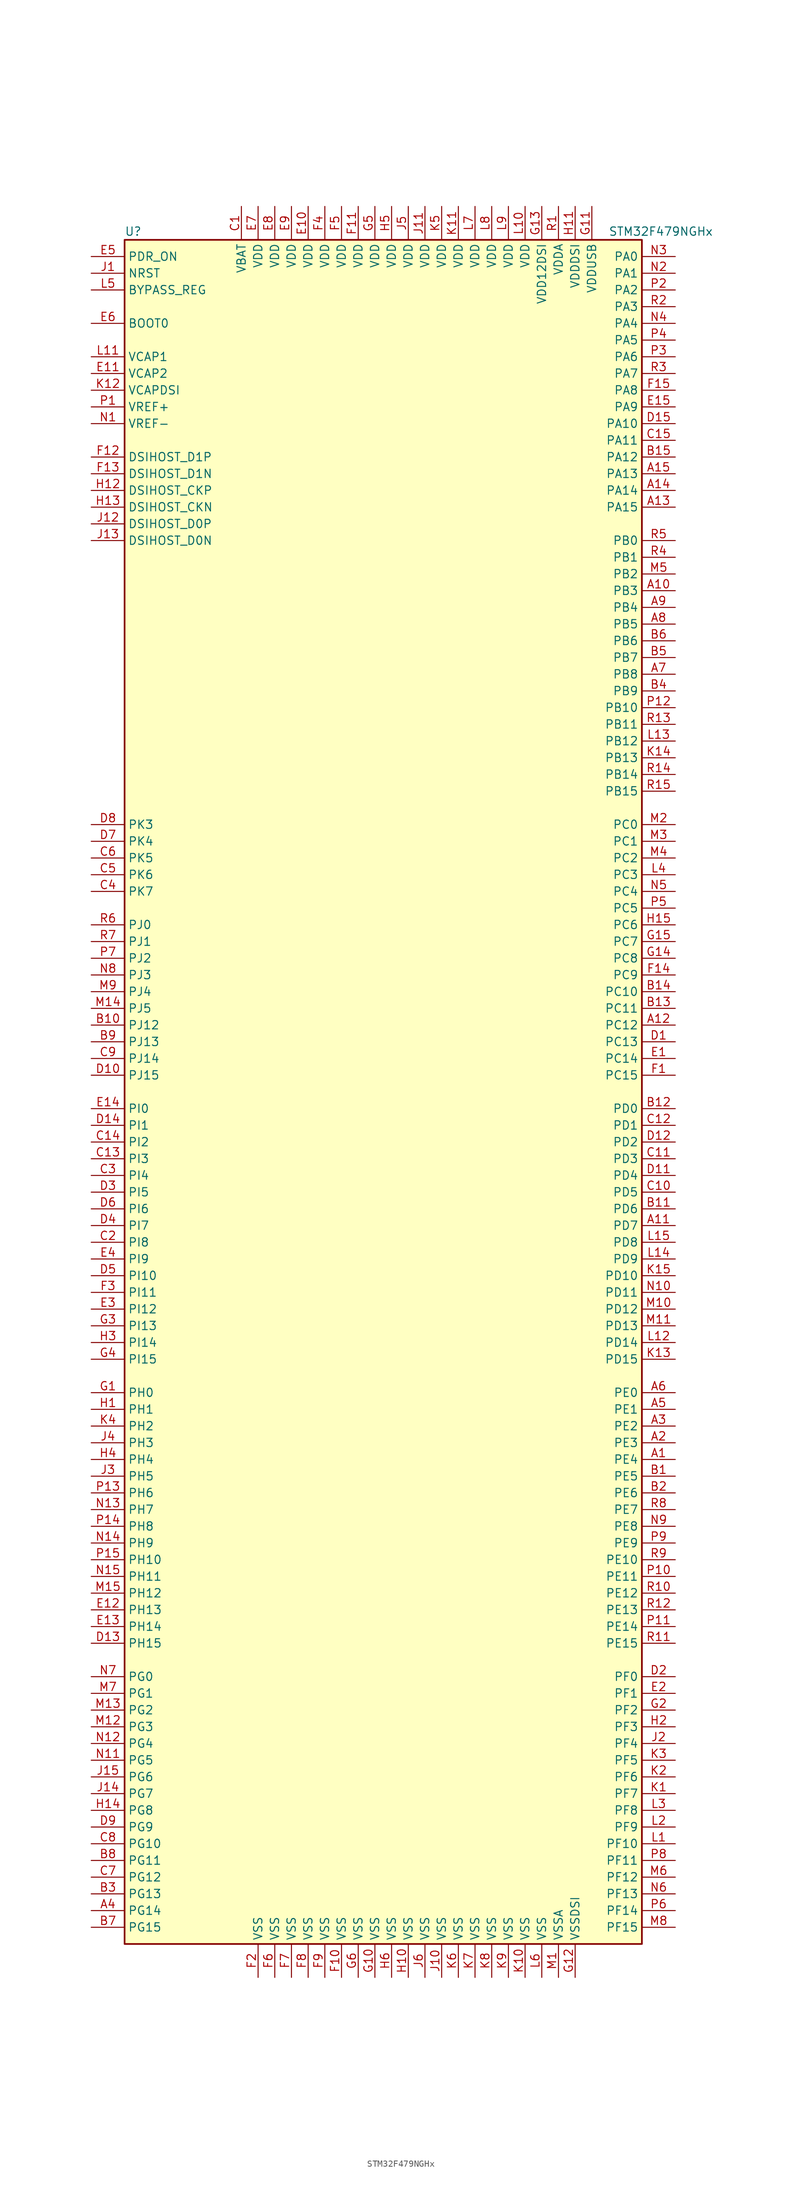
<source format=kicad_sym>
(kicad_symbol_lib
  (version 20211014)
  (generator kicad_symbol_editor)
  (symbol "STM32F479NGHx"
    (property "Reference" "U"
      (at -40.64 130.81 0)
      (effects (font (size 1.27 1.27)) (justify left)))
    (property "Value" "STM32F479NGHx"
      (at 33.02 130.81 0)
      (effects (font (size 1.27 1.27)) (justify left)))
    (symbol "STM32F479NGHx_0_1"
      (rectangle (start -40.64 -129.54) (end 38.1 129.54) (stroke (width 0.254) (type default) (color 0 0 0 0)) (fill (type background))))
    (symbol "STM32F479NGHx_1_1"
      (pin bidirectional line (at 43.18 -55.88 180) (length 5.08) (name "PE4" (effects (font (size 1.27 1.27)))) (number "A1" (effects (font (size 1.27 1.27)))))
      (pin bidirectional line (at 43.18 76.2 180) (length 5.08) (name "PB3" (effects (font (size 1.27 1.27)))) (number "A10" (effects (font (size 1.27 1.27)))))
      (pin bidirectional line (at 43.18 -20.32 180) (length 5.08) (name "PD7" (effects (font (size 1.27 1.27)))) (number "A11" (effects (font (size 1.27 1.27)))))
      (pin bidirectional line (at 43.18 10.16 180) (length 5.08) (name "PC12" (effects (font (size 1.27 1.27)))) (number "A12" (effects (font (size 1.27 1.27)))))
      (pin bidirectional line (at 43.18 88.9 180) (length 5.08) (name "PA15" (effects (font (size 1.27 1.27)))) (number "A13" (effects (font (size 1.27 1.27)))))
      (pin bidirectional line (at 43.18 91.44 180) (length 5.08) (name "PA14" (effects (font (size 1.27 1.27)))) (number "A14" (effects (font (size 1.27 1.27)))))
      (pin bidirectional line (at 43.18 93.98 180) (length 5.08) (name "PA13" (effects (font (size 1.27 1.27)))) (number "A15" (effects (font (size 1.27 1.27)))))
      (pin bidirectional line (at 43.18 -53.34 180) (length 5.08) (name "PE3" (effects (font (size 1.27 1.27)))) (number "A2" (effects (font (size 1.27 1.27)))))
      (pin bidirectional line (at 43.18 -50.8 180) (length 5.08) (name "PE2" (effects (font (size 1.27 1.27)))) (number "A3" (effects (font (size 1.27 1.27)))))
      (pin bidirectional line (at -45.72 -124.46 0) (length 5.08) (name "PG14" (effects (font (size 1.27 1.27)))) (number "A4" (effects (font (size 1.27 1.27)))))
      (pin bidirectional line (at 43.18 -48.26 180) (length 5.08) (name "PE1" (effects (font (size 1.27 1.27)))) (number "A5" (effects (font (size 1.27 1.27)))))
      (pin bidirectional line (at 43.18 -45.72 180) (length 5.08) (name "PE0" (effects (font (size 1.27 1.27)))) (number "A6" (effects (font (size 1.27 1.27)))))
      (pin bidirectional line (at 43.18 63.5 180) (length 5.08) (name "PB8" (effects (font (size 1.27 1.27)))) (number "A7" (effects (font (size 1.27 1.27)))))
      (pin bidirectional line (at 43.18 71.12 180) (length 5.08) (name "PB5" (effects (font (size 1.27 1.27)))) (number "A8" (effects (font (size 1.27 1.27)))))
      (pin bidirectional line (at 43.18 73.66 180) (length 5.08) (name "PB4" (effects (font (size 1.27 1.27)))) (number "A9" (effects (font (size 1.27 1.27)))))
      (pin bidirectional line (at 43.18 -58.42 180) (length 5.08) (name "PE5" (effects (font (size 1.27 1.27)))) (number "B1" (effects (font (size 1.27 1.27)))))
      (pin bidirectional line (at -45.72 10.16 0) (length 5.08) (name "PJ12" (effects (font (size 1.27 1.27)))) (number "B10" (effects (font (size 1.27 1.27)))))
      (pin bidirectional line (at 43.18 -17.78 180) (length 5.08) (name "PD6" (effects (font (size 1.27 1.27)))) (number "B11" (effects (font (size 1.27 1.27)))))
      (pin bidirectional line (at 43.18 -2.54 180) (length 5.08) (name "PD0" (effects (font (size 1.27 1.27)))) (number "B12" (effects (font (size 1.27 1.27)))))
      (pin bidirectional line (at 43.18 12.7 180) (length 5.08) (name "PC11" (effects (font (size 1.27 1.27)))) (number "B13" (effects (font (size 1.27 1.27)))))
      (pin bidirectional line (at 43.18 15.24 180) (length 5.08) (name "PC10" (effects (font (size 1.27 1.27)))) (number "B14" (effects (font (size 1.27 1.27)))))
      (pin bidirectional line (at 43.18 96.52 180) (length 5.08) (name "PA12" (effects (font (size 1.27 1.27)))) (number "B15" (effects (font (size 1.27 1.27)))))
      (pin bidirectional line (at 43.18 -60.96 180) (length 5.08) (name "PE6" (effects (font (size 1.27 1.27)))) (number "B2" (effects (font (size 1.27 1.27)))))
      (pin bidirectional line (at -45.72 -121.92 0) (length 5.08) (name "PG13" (effects (font (size 1.27 1.27)))) (number "B3" (effects (font (size 1.27 1.27)))))
      (pin bidirectional line (at 43.18 60.96 180) (length 5.08) (name "PB9" (effects (font (size 1.27 1.27)))) (number "B4" (effects (font (size 1.27 1.27)))))
      (pin bidirectional line (at 43.18 66.04 180) (length 5.08) (name "PB7" (effects (font (size 1.27 1.27)))) (number "B5" (effects (font (size 1.27 1.27)))))
      (pin bidirectional line (at 43.18 68.58 180) (length 5.08) (name "PB6" (effects (font (size 1.27 1.27)))) (number "B6" (effects (font (size 1.27 1.27)))))
      (pin bidirectional line (at -45.72 -127 0) (length 5.08) (name "PG15" (effects (font (size 1.27 1.27)))) (number "B7" (effects (font (size 1.27 1.27)))))
      (pin bidirectional line (at -45.72 -116.84 0) (length 5.08) (name "PG11" (effects (font (size 1.27 1.27)))) (number "B8" (effects (font (size 1.27 1.27)))))
      (pin bidirectional line (at -45.72 7.62 0) (length 5.08) (name "PJ13" (effects (font (size 1.27 1.27)))) (number "B9" (effects (font (size 1.27 1.27)))))
      (pin power_in line (at -22.86 134.62 270) (length 5.08) (name "VBAT" (effects (font (size 1.27 1.27)))) (number "C1" (effects (font (size 1.27 1.27)))))
      (pin bidirectional line (at 43.18 -15.24 180) (length 5.08) (name "PD5" (effects (font (size 1.27 1.27)))) (number "C10" (effects (font (size 1.27 1.27)))))
      (pin bidirectional line (at 43.18 -10.16 180) (length 5.08) (name "PD3" (effects (font (size 1.27 1.27)))) (number "C11" (effects (font (size 1.27 1.27)))))
      (pin bidirectional line (at 43.18 -5.08 180) (length 5.08) (name "PD1" (effects (font (size 1.27 1.27)))) (number "C12" (effects (font (size 1.27 1.27)))))
      (pin bidirectional line (at -45.72 -10.16 0) (length 5.08) (name "PI3" (effects (font (size 1.27 1.27)))) (number "C13" (effects (font (size 1.27 1.27)))))
      (pin bidirectional line (at -45.72 -7.62 0) (length 5.08) (name "PI2" (effects (font (size 1.27 1.27)))) (number "C14" (effects (font (size 1.27 1.27)))))
      (pin bidirectional line (at 43.18 99.06 180) (length 5.08) (name "PA11" (effects (font (size 1.27 1.27)))) (number "C15" (effects (font (size 1.27 1.27)))))
      (pin bidirectional line (at -45.72 -22.86 0) (length 5.08) (name "PI8" (effects (font (size 1.27 1.27)))) (number "C2" (effects (font (size 1.27 1.27)))))
      (pin bidirectional line (at -45.72 -12.7 0) (length 5.08) (name "PI4" (effects (font (size 1.27 1.27)))) (number "C3" (effects (font (size 1.27 1.27)))))
      (pin bidirectional line (at -45.72 30.48 0) (length 5.08) (name "PK7" (effects (font (size 1.27 1.27)))) (number "C4" (effects (font (size 1.27 1.27)))))
      (pin bidirectional line (at -45.72 33.02 0) (length 5.08) (name "PK6" (effects (font (size 1.27 1.27)))) (number "C5" (effects (font (size 1.27 1.27)))))
      (pin bidirectional line (at -45.72 35.56 0) (length 5.08) (name "PK5" (effects (font (size 1.27 1.27)))) (number "C6" (effects (font (size 1.27 1.27)))))
      (pin bidirectional line (at -45.72 -119.38 0) (length 5.08) (name "PG12" (effects (font (size 1.27 1.27)))) (number "C7" (effects (font (size 1.27 1.27)))))
      (pin bidirectional line (at -45.72 -114.3 0) (length 5.08) (name "PG10" (effects (font (size 1.27 1.27)))) (number "C8" (effects (font (size 1.27 1.27)))))
      (pin bidirectional line (at -45.72 5.08 0) (length 5.08) (name "PJ14" (effects (font (size 1.27 1.27)))) (number "C9" (effects (font (size 1.27 1.27)))))
      (pin bidirectional line (at 43.18 7.62 180) (length 5.08) (name "PC13" (effects (font (size 1.27 1.27)))) (number "D1" (effects (font (size 1.27 1.27)))))
      (pin bidirectional line (at -45.72 2.54 0) (length 5.08) (name "PJ15" (effects (font (size 1.27 1.27)))) (number "D10" (effects (font (size 1.27 1.27)))))
      (pin bidirectional line (at 43.18 -12.7 180) (length 5.08) (name "PD4" (effects (font (size 1.27 1.27)))) (number "D11" (effects (font (size 1.27 1.27)))))
      (pin bidirectional line (at 43.18 -7.62 180) (length 5.08) (name "PD2" (effects (font (size 1.27 1.27)))) (number "D12" (effects (font (size 1.27 1.27)))))
      (pin bidirectional line (at -45.72 -83.82 0) (length 5.08) (name "PH15" (effects (font (size 1.27 1.27)))) (number "D13" (effects (font (size 1.27 1.27)))))
      (pin bidirectional line (at -45.72 -5.08 0) (length 5.08) (name "PI1" (effects (font (size 1.27 1.27)))) (number "D14" (effects (font (size 1.27 1.27)))))
      (pin bidirectional line (at 43.18 101.6 180) (length 5.08) (name "PA10" (effects (font (size 1.27 1.27)))) (number "D15" (effects (font (size 1.27 1.27)))))
      (pin bidirectional line (at 43.18 -88.9 180) (length 5.08) (name "PF0" (effects (font (size 1.27 1.27)))) (number "D2" (effects (font (size 1.27 1.27)))))
      (pin bidirectional line (at -45.72 -15.24 0) (length 5.08) (name "PI5" (effects (font (size 1.27 1.27)))) (number "D3" (effects (font (size 1.27 1.27)))))
      (pin bidirectional line (at -45.72 -20.32 0) (length 5.08) (name "PI7" (effects (font (size 1.27 1.27)))) (number "D4" (effects (font (size 1.27 1.27)))))
      (pin bidirectional line (at -45.72 -27.94 0) (length 5.08) (name "PI10" (effects (font (size 1.27 1.27)))) (number "D5" (effects (font (size 1.27 1.27)))))
      (pin bidirectional line (at -45.72 -17.78 0) (length 5.08) (name "PI6" (effects (font (size 1.27 1.27)))) (number "D6" (effects (font (size 1.27 1.27)))))
      (pin bidirectional line (at -45.72 38.1 0) (length 5.08) (name "PK4" (effects (font (size 1.27 1.27)))) (number "D7" (effects (font (size 1.27 1.27)))))
      (pin bidirectional line (at -45.72 40.64 0) (length 5.08) (name "PK3" (effects (font (size 1.27 1.27)))) (number "D8" (effects (font (size 1.27 1.27)))))
      (pin bidirectional line (at -45.72 -111.76 0) (length 5.08) (name "PG9" (effects (font (size 1.27 1.27)))) (number "D9" (effects (font (size 1.27 1.27)))))
      (pin bidirectional line (at 43.18 5.08 180) (length 5.08) (name "PC14" (effects (font (size 1.27 1.27)))) (number "E1" (effects (font (size 1.27 1.27)))))
      (pin power_in line (at -12.7 134.62 270) (length 5.08) (name "VDD" (effects (font (size 1.27 1.27)))) (number "E10" (effects (font (size 1.27 1.27)))))
      (pin power_in line (at -45.72 109.22 0) (length 5.08) (name "VCAP2" (effects (font (size 1.27 1.27)))) (number "E11" (effects (font (size 1.27 1.27)))))
      (pin bidirectional line (at -45.72 -78.74 0) (length 5.08) (name "PH13" (effects (font (size 1.27 1.27)))) (number "E12" (effects (font (size 1.27 1.27)))))
      (pin bidirectional line (at -45.72 -81.28 0) (length 5.08) (name "PH14" (effects (font (size 1.27 1.27)))) (number "E13" (effects (font (size 1.27 1.27)))))
      (pin bidirectional line (at -45.72 -2.54 0) (length 5.08) (name "PI0" (effects (font (size 1.27 1.27)))) (number "E14" (effects (font (size 1.27 1.27)))))
      (pin bidirectional line (at 43.18 104.14 180) (length 5.08) (name "PA9" (effects (font (size 1.27 1.27)))) (number "E15" (effects (font (size 1.27 1.27)))))
      (pin bidirectional line (at 43.18 -91.44 180) (length 5.08) (name "PF1" (effects (font (size 1.27 1.27)))) (number "E2" (effects (font (size 1.27 1.27)))))
      (pin bidirectional line (at -45.72 -33.02 0) (length 5.08) (name "PI12" (effects (font (size 1.27 1.27)))) (number "E3" (effects (font (size 1.27 1.27)))))
      (pin bidirectional line (at -45.72 -25.4 0) (length 5.08) (name "PI9" (effects (font (size 1.27 1.27)))) (number "E4" (effects (font (size 1.27 1.27)))))
      (pin input line (at -45.72 127 0) (length 5.08) (name "PDR_ON" (effects (font (size 1.27 1.27)))) (number "E5" (effects (font (size 1.27 1.27)))))
      (pin input line (at -45.72 116.84 0) (length 5.08) (name "BOOT0" (effects (font (size 1.27 1.27)))) (number "E6" (effects (font (size 1.27 1.27)))))
      (pin power_in line (at -20.32 134.62 270) (length 5.08) (name "VDD" (effects (font (size 1.27 1.27)))) (number "E7" (effects (font (size 1.27 1.27)))))
      (pin power_in line (at -17.78 134.62 270) (length 5.08) (name "VDD" (effects (font (size 1.27 1.27)))) (number "E8" (effects (font (size 1.27 1.27)))))
      (pin power_in line (at -15.24 134.62 270) (length 5.08) (name "VDD" (effects (font (size 1.27 1.27)))) (number "E9" (effects (font (size 1.27 1.27)))))
      (pin bidirectional line (at 43.18 2.54 180) (length 5.08) (name "PC15" (effects (font (size 1.27 1.27)))) (number "F1" (effects (font (size 1.27 1.27)))))
      (pin power_in line (at -7.62 -134.62 90) (length 5.08) (name "VSS" (effects (font (size 1.27 1.27)))) (number "F10" (effects (font (size 1.27 1.27)))))
      (pin power_in line (at -5.08 134.62 270) (length 5.08) (name "VDD" (effects (font (size 1.27 1.27)))) (number "F11" (effects (font (size 1.27 1.27)))))
      (pin bidirectional line (at -45.72 96.52 0) (length 5.08) (name "DSIHOST_D1P" (effects (font (size 1.27 1.27)))) (number "F12" (effects (font (size 1.27 1.27)))))
      (pin bidirectional line (at -45.72 93.98 0) (length 5.08) (name "DSIHOST_D1N" (effects (font (size 1.27 1.27)))) (number "F13" (effects (font (size 1.27 1.27)))))
      (pin bidirectional line (at 43.18 17.78 180) (length 5.08) (name "PC9" (effects (font (size 1.27 1.27)))) (number "F14" (effects (font (size 1.27 1.27)))))
      (pin bidirectional line (at 43.18 106.68 180) (length 5.08) (name "PA8" (effects (font (size 1.27 1.27)))) (number "F15" (effects (font (size 1.27 1.27)))))
      (pin power_in line (at -20.32 -134.62 90) (length 5.08) (name "VSS" (effects (font (size 1.27 1.27)))) (number "F2" (effects (font (size 1.27 1.27)))))
      (pin bidirectional line (at -45.72 -30.48 0) (length 5.08) (name "PI11" (effects (font (size 1.27 1.27)))) (number "F3" (effects (font (size 1.27 1.27)))))
      (pin power_in line (at -10.16 134.62 270) (length 5.08) (name "VDD" (effects (font (size 1.27 1.27)))) (number "F4" (effects (font (size 1.27 1.27)))))
      (pin power_in line (at -7.62 134.62 270) (length 5.08) (name "VDD" (effects (font (size 1.27 1.27)))) (number "F5" (effects (font (size 1.27 1.27)))))
      (pin power_in line (at -17.78 -134.62 90) (length 5.08) (name "VSS" (effects (font (size 1.27 1.27)))) (number "F6" (effects (font (size 1.27 1.27)))))
      (pin power_in line (at -15.24 -134.62 90) (length 5.08) (name "VSS" (effects (font (size 1.27 1.27)))) (number "F7" (effects (font (size 1.27 1.27)))))
      (pin power_in line (at -12.7 -134.62 90) (length 5.08) (name "VSS" (effects (font (size 1.27 1.27)))) (number "F8" (effects (font (size 1.27 1.27)))))
      (pin power_in line (at -10.16 -134.62 90) (length 5.08) (name "VSS" (effects (font (size 1.27 1.27)))) (number "F9" (effects (font (size 1.27 1.27)))))
      (pin input line (at -45.72 -45.72 0) (length 5.08) (name "PH0" (effects (font (size 1.27 1.27)))) (number "G1" (effects (font (size 1.27 1.27)))))
      (pin power_in line (at -2.54 -134.62 90) (length 5.08) (name "VSS" (effects (font (size 1.27 1.27)))) (number "G10" (effects (font (size 1.27 1.27)))))
      (pin power_in line (at 30.48 134.62 270) (length 5.08) (name "VDDUSB" (effects (font (size 1.27 1.27)))) (number "G11" (effects (font (size 1.27 1.27)))))
      (pin power_in line (at 27.94 -134.62 90) (length 5.08) (name "VSSDSI" (effects (font (size 1.27 1.27)))) (number "G12" (effects (font (size 1.27 1.27)))))
      (pin power_in line (at 22.86 134.62 270) (length 5.08) (name "VDD12DSI" (effects (font (size 1.27 1.27)))) (number "G13" (effects (font (size 1.27 1.27)))))
      (pin bidirectional line (at 43.18 20.32 180) (length 5.08) (name "PC8" (effects (font (size 1.27 1.27)))) (number "G14" (effects (font (size 1.27 1.27)))))
      (pin bidirectional line (at 43.18 22.86 180) (length 5.08) (name "PC7" (effects (font (size 1.27 1.27)))) (number "G15" (effects (font (size 1.27 1.27)))))
      (pin bidirectional line (at 43.18 -93.98 180) (length 5.08) (name "PF2" (effects (font (size 1.27 1.27)))) (number "G2" (effects (font (size 1.27 1.27)))))
      (pin bidirectional line (at -45.72 -35.56 0) (length 5.08) (name "PI13" (effects (font (size 1.27 1.27)))) (number "G3" (effects (font (size 1.27 1.27)))))
      (pin bidirectional line (at -45.72 -40.64 0) (length 5.08) (name "PI15" (effects (font (size 1.27 1.27)))) (number "G4" (effects (font (size 1.27 1.27)))))
      (pin power_in line (at -2.54 134.62 270) (length 5.08) (name "VDD" (effects (font (size 1.27 1.27)))) (number "G5" (effects (font (size 1.27 1.27)))))
      (pin power_in line (at -5.08 -134.62 90) (length 5.08) (name "VSS" (effects (font (size 1.27 1.27)))) (number "G6" (effects (font (size 1.27 1.27)))))
      (pin input line (at -45.72 -48.26 0) (length 5.08) (name "PH1" (effects (font (size 1.27 1.27)))) (number "H1" (effects (font (size 1.27 1.27)))))
      (pin power_in line (at 2.54 -134.62 90) (length 5.08) (name "VSS" (effects (font (size 1.27 1.27)))) (number "H10" (effects (font (size 1.27 1.27)))))
      (pin power_in line (at 27.94 134.62 270) (length 5.08) (name "VDDDSI" (effects (font (size 1.27 1.27)))) (number "H11" (effects (font (size 1.27 1.27)))))
      (pin bidirectional line (at -45.72 91.44 0) (length 5.08) (name "DSIHOST_CKP" (effects (font (size 1.27 1.27)))) (number "H12" (effects (font (size 1.27 1.27)))))
      (pin bidirectional line (at -45.72 88.9 0) (length 5.08) (name "DSIHOST_CKN" (effects (font (size 1.27 1.27)))) (number "H13" (effects (font (size 1.27 1.27)))))
      (pin bidirectional line (at -45.72 -109.22 0) (length 5.08) (name "PG8" (effects (font (size 1.27 1.27)))) (number "H14" (effects (font (size 1.27 1.27)))))
      (pin bidirectional line (at 43.18 25.4 180) (length 5.08) (name "PC6" (effects (font (size 1.27 1.27)))) (number "H15" (effects (font (size 1.27 1.27)))))
      (pin bidirectional line (at 43.18 -96.52 180) (length 5.08) (name "PF3" (effects (font (size 1.27 1.27)))) (number "H2" (effects (font (size 1.27 1.27)))))
      (pin bidirectional line (at -45.72 -38.1 0) (length 5.08) (name "PI14" (effects (font (size 1.27 1.27)))) (number "H3" (effects (font (size 1.27 1.27)))))
      (pin bidirectional line (at -45.72 -55.88 0) (length 5.08) (name "PH4" (effects (font (size 1.27 1.27)))) (number "H4" (effects (font (size 1.27 1.27)))))
      (pin power_in line (at 0 134.62 270) (length 5.08) (name "VDD" (effects (font (size 1.27 1.27)))) (number "H5" (effects (font (size 1.27 1.27)))))
      (pin power_in line (at 0 -134.62 90) (length 5.08) (name "VSS" (effects (font (size 1.27 1.27)))) (number "H6" (effects (font (size 1.27 1.27)))))
      (pin input line (at -45.72 124.46 0) (length 5.08) (name "NRST" (effects (font (size 1.27 1.27)))) (number "J1" (effects (font (size 1.27 1.27)))))
      (pin power_in line (at 7.62 -134.62 90) (length 5.08) (name "VSS" (effects (font (size 1.27 1.27)))) (number "J10" (effects (font (size 1.27 1.27)))))
      (pin power_in line (at 5.08 134.62 270) (length 5.08) (name "VDD" (effects (font (size 1.27 1.27)))) (number "J11" (effects (font (size 1.27 1.27)))))
      (pin bidirectional line (at -45.72 86.36 0) (length 5.08) (name "DSIHOST_D0P" (effects (font (size 1.27 1.27)))) (number "J12" (effects (font (size 1.27 1.27)))))
      (pin bidirectional line (at -45.72 83.82 0) (length 5.08) (name "DSIHOST_D0N" (effects (font (size 1.27 1.27)))) (number "J13" (effects (font (size 1.27 1.27)))))
      (pin bidirectional line (at -45.72 -106.68 0) (length 5.08) (name "PG7" (effects (font (size 1.27 1.27)))) (number "J14" (effects (font (size 1.27 1.27)))))
      (pin bidirectional line (at -45.72 -104.14 0) (length 5.08) (name "PG6" (effects (font (size 1.27 1.27)))) (number "J15" (effects (font (size 1.27 1.27)))))
      (pin bidirectional line (at 43.18 -99.06 180) (length 5.08) (name "PF4" (effects (font (size 1.27 1.27)))) (number "J2" (effects (font (size 1.27 1.27)))))
      (pin bidirectional line (at -45.72 -58.42 0) (length 5.08) (name "PH5" (effects (font (size 1.27 1.27)))) (number "J3" (effects (font (size 1.27 1.27)))))
      (pin bidirectional line (at -45.72 -53.34 0) (length 5.08) (name "PH3" (effects (font (size 1.27 1.27)))) (number "J4" (effects (font (size 1.27 1.27)))))
      (pin power_in line (at 2.54 134.62 270) (length 5.08) (name "VDD" (effects (font (size 1.27 1.27)))) (number "J5" (effects (font (size 1.27 1.27)))))
      (pin power_in line (at 5.08 -134.62 90) (length 5.08) (name "VSS" (effects (font (size 1.27 1.27)))) (number "J6" (effects (font (size 1.27 1.27)))))
      (pin bidirectional line (at 43.18 -106.68 180) (length 5.08) (name "PF7" (effects (font (size 1.27 1.27)))) (number "K1" (effects (font (size 1.27 1.27)))))
      (pin power_in line (at 20.32 -134.62 90) (length 5.08) (name "VSS" (effects (font (size 1.27 1.27)))) (number "K10" (effects (font (size 1.27 1.27)))))
      (pin power_in line (at 10.16 134.62 270) (length 5.08) (name "VDD" (effects (font (size 1.27 1.27)))) (number "K11" (effects (font (size 1.27 1.27)))))
      (pin power_in line (at -45.72 106.68 0) (length 5.08) (name "VCAPDSI" (effects (font (size 1.27 1.27)))) (number "K12" (effects (font (size 1.27 1.27)))))
      (pin bidirectional line (at 43.18 -40.64 180) (length 5.08) (name "PD15" (effects (font (size 1.27 1.27)))) (number "K13" (effects (font (size 1.27 1.27)))))
      (pin bidirectional line (at 43.18 50.8 180) (length 5.08) (name "PB13" (effects (font (size 1.27 1.27)))) (number "K14" (effects (font (size 1.27 1.27)))))
      (pin bidirectional line (at 43.18 -27.94 180) (length 5.08) (name "PD10" (effects (font (size 1.27 1.27)))) (number "K15" (effects (font (size 1.27 1.27)))))
      (pin bidirectional line (at 43.18 -104.14 180) (length 5.08) (name "PF6" (effects (font (size 1.27 1.27)))) (number "K2" (effects (font (size 1.27 1.27)))))
      (pin bidirectional line (at 43.18 -101.6 180) (length 5.08) (name "PF5" (effects (font (size 1.27 1.27)))) (number "K3" (effects (font (size 1.27 1.27)))))
      (pin bidirectional line (at -45.72 -50.8 0) (length 5.08) (name "PH2" (effects (font (size 1.27 1.27)))) (number "K4" (effects (font (size 1.27 1.27)))))
      (pin power_in line (at 7.62 134.62 270) (length 5.08) (name "VDD" (effects (font (size 1.27 1.27)))) (number "K5" (effects (font (size 1.27 1.27)))))
      (pin power_in line (at 10.16 -134.62 90) (length 5.08) (name "VSS" (effects (font (size 1.27 1.27)))) (number "K6" (effects (font (size 1.27 1.27)))))
      (pin power_in line (at 12.7 -134.62 90) (length 5.08) (name "VSS" (effects (font (size 1.27 1.27)))) (number "K7" (effects (font (size 1.27 1.27)))))
      (pin power_in line (at 15.24 -134.62 90) (length 5.08) (name "VSS" (effects (font (size 1.27 1.27)))) (number "K8" (effects (font (size 1.27 1.27)))))
      (pin power_in line (at 17.78 -134.62 90) (length 5.08) (name "VSS" (effects (font (size 1.27 1.27)))) (number "K9" (effects (font (size 1.27 1.27)))))
      (pin bidirectional line (at 43.18 -114.3 180) (length 5.08) (name "PF10" (effects (font (size 1.27 1.27)))) (number "L1" (effects (font (size 1.27 1.27)))))
      (pin power_in line (at 20.32 134.62 270) (length 5.08) (name "VDD" (effects (font (size 1.27 1.27)))) (number "L10" (effects (font (size 1.27 1.27)))))
      (pin power_in line (at -45.72 111.76 0) (length 5.08) (name "VCAP1" (effects (font (size 1.27 1.27)))) (number "L11" (effects (font (size 1.27 1.27)))))
      (pin bidirectional line (at 43.18 -38.1 180) (length 5.08) (name "PD14" (effects (font (size 1.27 1.27)))) (number "L12" (effects (font (size 1.27 1.27)))))
      (pin bidirectional line (at 43.18 53.34 180) (length 5.08) (name "PB12" (effects (font (size 1.27 1.27)))) (number "L13" (effects (font (size 1.27 1.27)))))
      (pin bidirectional line (at 43.18 -25.4 180) (length 5.08) (name "PD9" (effects (font (size 1.27 1.27)))) (number "L14" (effects (font (size 1.27 1.27)))))
      (pin bidirectional line (at 43.18 -22.86 180) (length 5.08) (name "PD8" (effects (font (size 1.27 1.27)))) (number "L15" (effects (font (size 1.27 1.27)))))
      (pin bidirectional line (at 43.18 -111.76 180) (length 5.08) (name "PF9" (effects (font (size 1.27 1.27)))) (number "L2" (effects (font (size 1.27 1.27)))))
      (pin bidirectional line (at 43.18 -109.22 180) (length 5.08) (name "PF8" (effects (font (size 1.27 1.27)))) (number "L3" (effects (font (size 1.27 1.27)))))
      (pin bidirectional line (at 43.18 33.02 180) (length 5.08) (name "PC3" (effects (font (size 1.27 1.27)))) (number "L4" (effects (font (size 1.27 1.27)))))
      (pin input line (at -45.72 121.92 0) (length 5.08) (name "BYPASS_REG" (effects (font (size 1.27 1.27)))) (number "L5" (effects (font (size 1.27 1.27)))))
      (pin power_in line (at 22.86 -134.62 90) (length 5.08) (name "VSS" (effects (font (size 1.27 1.27)))) (number "L6" (effects (font (size 1.27 1.27)))))
      (pin power_in line (at 12.7 134.62 270) (length 5.08) (name "VDD" (effects (font (size 1.27 1.27)))) (number "L7" (effects (font (size 1.27 1.27)))))
      (pin power_in line (at 15.24 134.62 270) (length 5.08) (name "VDD" (effects (font (size 1.27 1.27)))) (number "L8" (effects (font (size 1.27 1.27)))))
      (pin power_in line (at 17.78 134.62 270) (length 5.08) (name "VDD" (effects (font (size 1.27 1.27)))) (number "L9" (effects (font (size 1.27 1.27)))))
      (pin power_in line (at 25.4 -134.62 90) (length 5.08) (name "VSSA" (effects (font (size 1.27 1.27)))) (number "M1" (effects (font (size 1.27 1.27)))))
      (pin bidirectional line (at 43.18 -33.02 180) (length 5.08) (name "PD12" (effects (font (size 1.27 1.27)))) (number "M10" (effects (font (size 1.27 1.27)))))
      (pin bidirectional line (at 43.18 -35.56 180) (length 5.08) (name "PD13" (effects (font (size 1.27 1.27)))) (number "M11" (effects (font (size 1.27 1.27)))))
      (pin bidirectional line (at -45.72 -96.52 0) (length 5.08) (name "PG3" (effects (font (size 1.27 1.27)))) (number "M12" (effects (font (size 1.27 1.27)))))
      (pin bidirectional line (at -45.72 -93.98 0) (length 5.08) (name "PG2" (effects (font (size 1.27 1.27)))) (number "M13" (effects (font (size 1.27 1.27)))))
      (pin bidirectional line (at -45.72 12.7 0) (length 5.08) (name "PJ5" (effects (font (size 1.27 1.27)))) (number "M14" (effects (font (size 1.27 1.27)))))
      (pin bidirectional line (at -45.72 -76.2 0) (length 5.08) (name "PH12" (effects (font (size 1.27 1.27)))) (number "M15" (effects (font (size 1.27 1.27)))))
      (pin bidirectional line (at 43.18 40.64 180) (length 5.08) (name "PC0" (effects (font (size 1.27 1.27)))) (number "M2" (effects (font (size 1.27 1.27)))))
      (pin bidirectional line (at 43.18 38.1 180) (length 5.08) (name "PC1" (effects (font (size 1.27 1.27)))) (number "M3" (effects (font (size 1.27 1.27)))))
      (pin bidirectional line (at 43.18 35.56 180) (length 5.08) (name "PC2" (effects (font (size 1.27 1.27)))) (number "M4" (effects (font (size 1.27 1.27)))))
      (pin bidirectional line (at 43.18 78.74 180) (length 5.08) (name "PB2" (effects (font (size 1.27 1.27)))) (number "M5" (effects (font (size 1.27 1.27)))))
      (pin bidirectional line (at 43.18 -119.38 180) (length 5.08) (name "PF12" (effects (font (size 1.27 1.27)))) (number "M6" (effects (font (size 1.27 1.27)))))
      (pin bidirectional line (at -45.72 -91.44 0) (length 5.08) (name "PG1" (effects (font (size 1.27 1.27)))) (number "M7" (effects (font (size 1.27 1.27)))))
      (pin bidirectional line (at 43.18 -127 180) (length 5.08) (name "PF15" (effects (font (size 1.27 1.27)))) (number "M8" (effects (font (size 1.27 1.27)))))
      (pin bidirectional line (at -45.72 15.24 0) (length 5.08) (name "PJ4" (effects (font (size 1.27 1.27)))) (number "M9" (effects (font (size 1.27 1.27)))))
      (pin power_in line (at -45.72 101.6 0) (length 5.08) (name "VREF-" (effects (font (size 1.27 1.27)))) (number "N1" (effects (font (size 1.27 1.27)))))
      (pin bidirectional line (at 43.18 -30.48 180) (length 5.08) (name "PD11" (effects (font (size 1.27 1.27)))) (number "N10" (effects (font (size 1.27 1.27)))))
      (pin bidirectional line (at -45.72 -101.6 0) (length 5.08) (name "PG5" (effects (font (size 1.27 1.27)))) (number "N11" (effects (font (size 1.27 1.27)))))
      (pin bidirectional line (at -45.72 -99.06 0) (length 5.08) (name "PG4" (effects (font (size 1.27 1.27)))) (number "N12" (effects (font (size 1.27 1.27)))))
      (pin bidirectional line (at -45.72 -63.5 0) (length 5.08) (name "PH7" (effects (font (size 1.27 1.27)))) (number "N13" (effects (font (size 1.27 1.27)))))
      (pin bidirectional line (at -45.72 -68.58 0) (length 5.08) (name "PH9" (effects (font (size 1.27 1.27)))) (number "N14" (effects (font (size 1.27 1.27)))))
      (pin bidirectional line (at -45.72 -73.66 0) (length 5.08) (name "PH11" (effects (font (size 1.27 1.27)))) (number "N15" (effects (font (size 1.27 1.27)))))
      (pin bidirectional line (at 43.18 124.46 180) (length 5.08) (name "PA1" (effects (font (size 1.27 1.27)))) (number "N2" (effects (font (size 1.27 1.27)))))
      (pin bidirectional line (at 43.18 127 180) (length 5.08) (name "PA0" (effects (font (size 1.27 1.27)))) (number "N3" (effects (font (size 1.27 1.27)))))
      (pin bidirectional line (at 43.18 116.84 180) (length 5.08) (name "PA4" (effects (font (size 1.27 1.27)))) (number "N4" (effects (font (size 1.27 1.27)))))
      (pin bidirectional line (at 43.18 30.48 180) (length 5.08) (name "PC4" (effects (font (size 1.27 1.27)))) (number "N5" (effects (font (size 1.27 1.27)))))
      (pin bidirectional line (at 43.18 -121.92 180) (length 5.08) (name "PF13" (effects (font (size 1.27 1.27)))) (number "N6" (effects (font (size 1.27 1.27)))))
      (pin bidirectional line (at -45.72 -88.9 0) (length 5.08) (name "PG0" (effects (font (size 1.27 1.27)))) (number "N7" (effects (font (size 1.27 1.27)))))
      (pin bidirectional line (at -45.72 17.78 0) (length 5.08) (name "PJ3" (effects (font (size 1.27 1.27)))) (number "N8" (effects (font (size 1.27 1.27)))))
      (pin bidirectional line (at 43.18 -66.04 180) (length 5.08) (name "PE8" (effects (font (size 1.27 1.27)))) (number "N9" (effects (font (size 1.27 1.27)))))
      (pin power_in line (at -45.72 104.14 0) (length 5.08) (name "VREF+" (effects (font (size 1.27 1.27)))) (number "P1" (effects (font (size 1.27 1.27)))))
      (pin bidirectional line (at 43.18 -73.66 180) (length 5.08) (name "PE11" (effects (font (size 1.27 1.27)))) (number "P10" (effects (font (size 1.27 1.27)))))
      (pin bidirectional line (at 43.18 -81.28 180) (length 5.08) (name "PE14" (effects (font (size 1.27 1.27)))) (number "P11" (effects (font (size 1.27 1.27)))))
      (pin bidirectional line (at 43.18 58.42 180) (length 5.08) (name "PB10" (effects (font (size 1.27 1.27)))) (number "P12" (effects (font (size 1.27 1.27)))))
      (pin bidirectional line (at -45.72 -60.96 0) (length 5.08) (name "PH6" (effects (font (size 1.27 1.27)))) (number "P13" (effects (font (size 1.27 1.27)))))
      (pin bidirectional line (at -45.72 -66.04 0) (length 5.08) (name "PH8" (effects (font (size 1.27 1.27)))) (number "P14" (effects (font (size 1.27 1.27)))))
      (pin bidirectional line (at -45.72 -71.12 0) (length 5.08) (name "PH10" (effects (font (size 1.27 1.27)))) (number "P15" (effects (font (size 1.27 1.27)))))
      (pin bidirectional line (at 43.18 121.92 180) (length 5.08) (name "PA2" (effects (font (size 1.27 1.27)))) (number "P2" (effects (font (size 1.27 1.27)))))
      (pin bidirectional line (at 43.18 111.76 180) (length 5.08) (name "PA6" (effects (font (size 1.27 1.27)))) (number "P3" (effects (font (size 1.27 1.27)))))
      (pin bidirectional line (at 43.18 114.3 180) (length 5.08) (name "PA5" (effects (font (size 1.27 1.27)))) (number "P4" (effects (font (size 1.27 1.27)))))
      (pin bidirectional line (at 43.18 27.94 180) (length 5.08) (name "PC5" (effects (font (size 1.27 1.27)))) (number "P5" (effects (font (size 1.27 1.27)))))
      (pin bidirectional line (at 43.18 -124.46 180) (length 5.08) (name "PF14" (effects (font (size 1.27 1.27)))) (number "P6" (effects (font (size 1.27 1.27)))))
      (pin bidirectional line (at -45.72 20.32 0) (length 5.08) (name "PJ2" (effects (font (size 1.27 1.27)))) (number "P7" (effects (font (size 1.27 1.27)))))
      (pin bidirectional line (at 43.18 -116.84 180) (length 5.08) (name "PF11" (effects (font (size 1.27 1.27)))) (number "P8" (effects (font (size 1.27 1.27)))))
      (pin bidirectional line (at 43.18 -68.58 180) (length 5.08) (name "PE9" (effects (font (size 1.27 1.27)))) (number "P9" (effects (font (size 1.27 1.27)))))
      (pin power_in line (at 25.4 134.62 270) (length 5.08) (name "VDDA" (effects (font (size 1.27 1.27)))) (number "R1" (effects (font (size 1.27 1.27)))))
      (pin bidirectional line (at 43.18 -76.2 180) (length 5.08) (name "PE12" (effects (font (size 1.27 1.27)))) (number "R10" (effects (font (size 1.27 1.27)))))
      (pin bidirectional line (at 43.18 -83.82 180) (length 5.08) (name "PE15" (effects (font (size 1.27 1.27)))) (number "R11" (effects (font (size 1.27 1.27)))))
      (pin bidirectional line (at 43.18 -78.74 180) (length 5.08) (name "PE13" (effects (font (size 1.27 1.27)))) (number "R12" (effects (font (size 1.27 1.27)))))
      (pin bidirectional line (at 43.18 55.88 180) (length 5.08) (name "PB11" (effects (font (size 1.27 1.27)))) (number "R13" (effects (font (size 1.27 1.27)))))
      (pin bidirectional line (at 43.18 48.26 180) (length 5.08) (name "PB14" (effects (font (size 1.27 1.27)))) (number "R14" (effects (font (size 1.27 1.27)))))
      (pin bidirectional line (at 43.18 45.72 180) (length 5.08) (name "PB15" (effects (font (size 1.27 1.27)))) (number "R15" (effects (font (size 1.27 1.27)))))
      (pin bidirectional line (at 43.18 119.38 180) (length 5.08) (name "PA3" (effects (font (size 1.27 1.27)))) (number "R2" (effects (font (size 1.27 1.27)))))
      (pin bidirectional line (at 43.18 109.22 180) (length 5.08) (name "PA7" (effects (font (size 1.27 1.27)))) (number "R3" (effects (font (size 1.27 1.27)))))
      (pin bidirectional line (at 43.18 81.28 180) (length 5.08) (name "PB1" (effects (font (size 1.27 1.27)))) (number "R4" (effects (font (size 1.27 1.27)))))
      (pin bidirectional line (at 43.18 83.82 180) (length 5.08) (name "PB0" (effects (font (size 1.27 1.27)))) (number "R5" (effects (font (size 1.27 1.27)))))
      (pin bidirectional line (at -45.72 25.4 0) (length 5.08) (name "PJ0" (effects (font (size 1.27 1.27)))) (number "R6" (effects (font (size 1.27 1.27)))))
      (pin bidirectional line (at -45.72 22.86 0) (length 5.08) (name "PJ1" (effects (font (size 1.27 1.27)))) (number "R7" (effects (font (size 1.27 1.27)))))
      (pin bidirectional line (at 43.18 -63.5 180) (length 5.08) (name "PE7" (effects (font (size 1.27 1.27)))) (number "R8" (effects (font (size 1.27 1.27)))))
      (pin bidirectional line (at 43.18 -71.12 180) (length 5.08) (name "PE10" (effects (font (size 1.27 1.27)))) (number "R9" (effects (font (size 1.27 1.27))))))))
</source>
